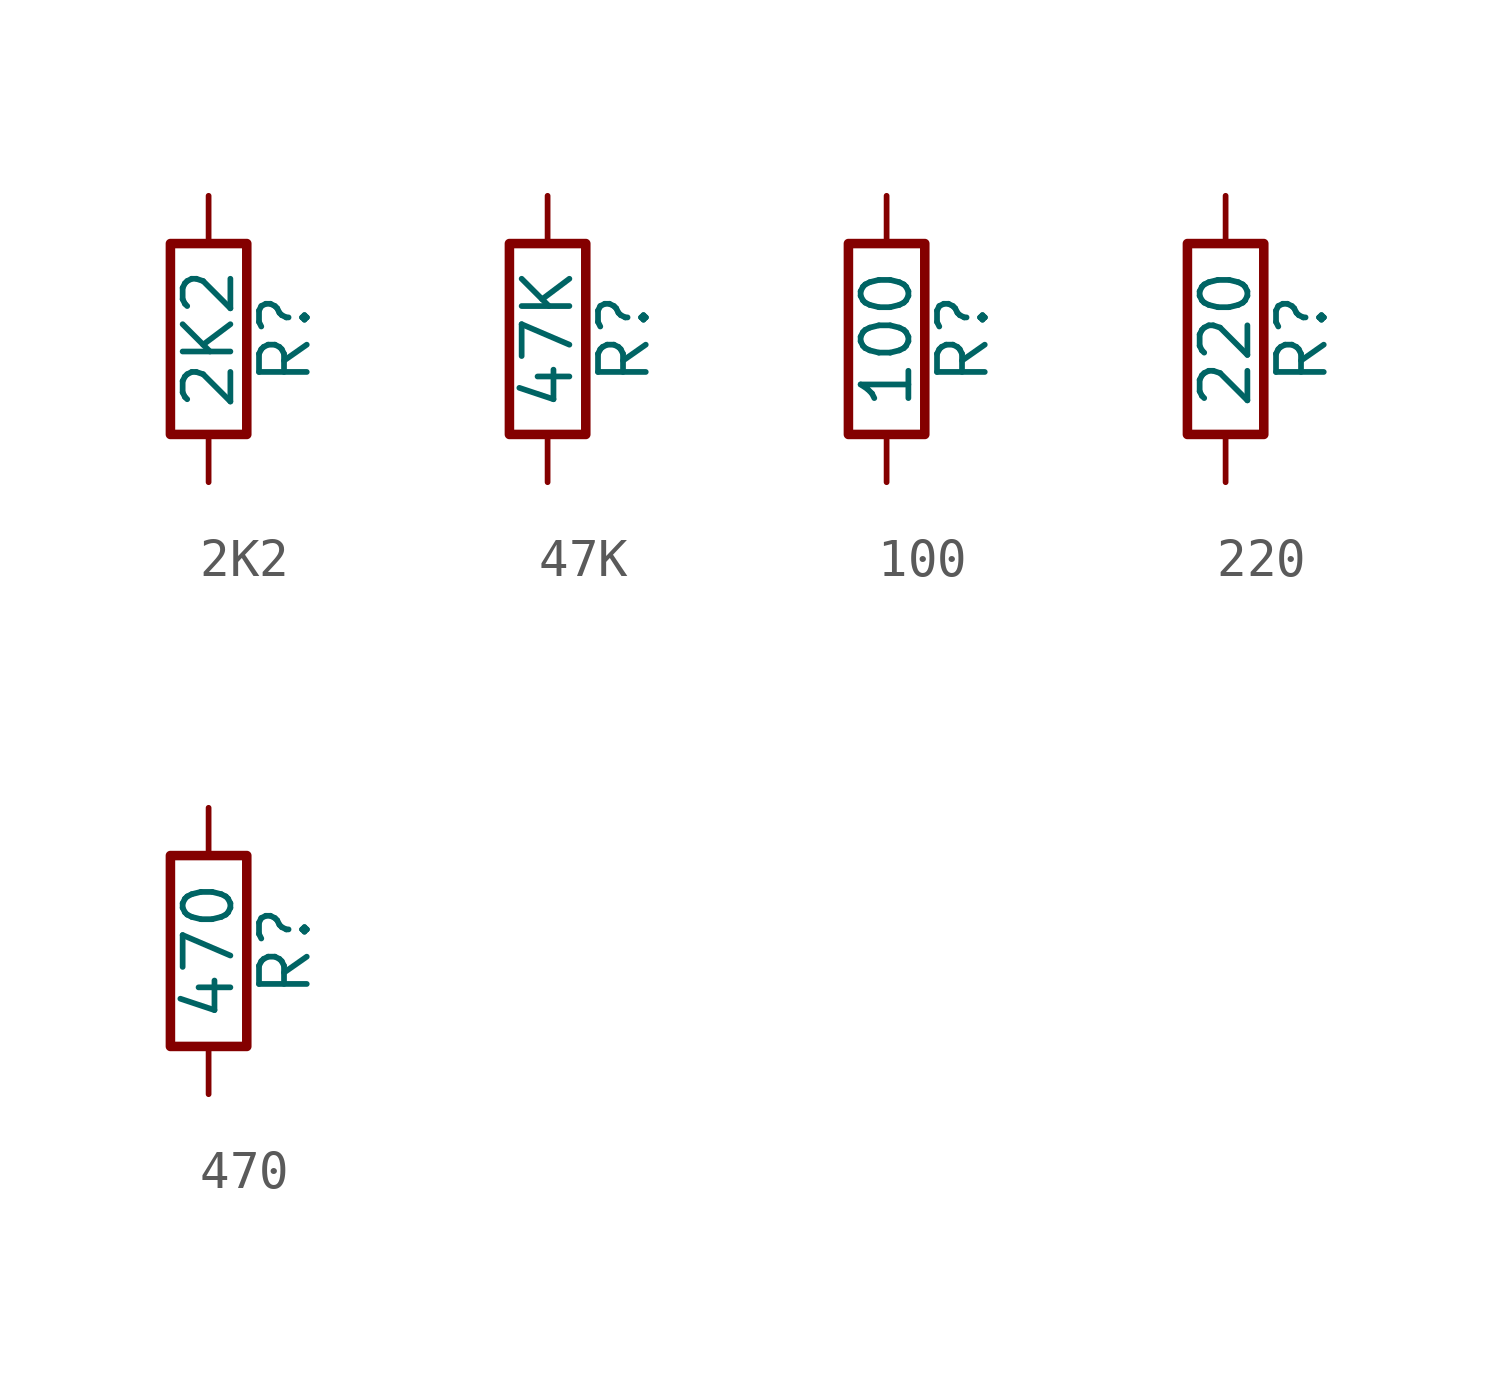
<source format=kicad_sym>
(kicad_symbol_lib
  (version 20220914)
  (generator kicad_db_lib)
  (symbol "2K2"
    (pin_numbers hide)
    (pin_names
      (offset 0))
    (property "Reference" "R"
      (at 2.032 0 90)
      (effects (font (size 1.27 1.27))))
    (property "Value" "2K2"
      (at 0 0 90)
      (effects (font (size 1.27 1.27))))
    (symbol "2K2_0_1"
      (rectangle (start -1.016 -2.54) (end 1.016 2.54) (stroke (width 0.254) (type default)) (fill (type none))))
    (symbol "2K2_1_1"
      (pin passive line (at 0 3.81 270) (length 1.27) (name "~" (effects (font (size 1.27 1.27)))) (number "1" (effects (font (size 1.27 1.27)))))
      (pin passive line (at 0 -3.81 90) (length 1.27) (name "~" (effects (font (size 1.27 1.27)))) (number "2" (effects (font (size 1.27 1.27)))))))
  (symbol "47K"
    (pin_numbers hide)
    (pin_names
      (offset 0))
    (property "Reference" "R"
      (at 2.032 0 90)
      (effects (font (size 1.27 1.27))))
    (property "Value" "47K"
      (at 0 0 90)
      (effects (font (size 1.27 1.27))))
    (symbol "47K_0_1"
      (rectangle (start -1.016 -2.54) (end 1.016 2.54) (stroke (width 0.254) (type default)) (fill (type none))))
    (symbol "47K_1_1"
      (pin passive line (at 0 3.81 270) (length 1.27) (name "~" (effects (font (size 1.27 1.27)))) (number "1" (effects (font (size 1.27 1.27)))))
      (pin passive line (at 0 -3.81 90) (length 1.27) (name "~" (effects (font (size 1.27 1.27)))) (number "2" (effects (font (size 1.27 1.27)))))))
  (symbol "100"
    (pin_numbers hide)
    (pin_names
      (offset 0))
    (property "Reference" "R"
      (at 2.032 0 90)
      (effects (font (size 1.27 1.27))))
    (property "Value" "100"
      (at 0 0 90)
      (effects (font (size 1.27 1.27))))
    (symbol "100_0_1"
      (rectangle (start -1.016 -2.54) (end 1.016 2.54) (stroke (width 0.254) (type default)) (fill (type none))))
    (symbol "100_1_1"
      (pin passive line (at 0 3.81 270) (length 1.27) (name "~" (effects (font (size 1.27 1.27)))) (number "1" (effects (font (size 1.27 1.27)))))
      (pin passive line (at 0 -3.81 90) (length 1.27) (name "~" (effects (font (size 1.27 1.27)))) (number "2" (effects (font (size 1.27 1.27)))))))
  (symbol "220"
    (pin_numbers hide)
    (pin_names
      (offset 0))
    (property "Reference" "R"
      (at 2.032 0 90)
      (effects (font (size 1.27 1.27))))
    (property "Value" "220"
      (at 0 0 90)
      (effects (font (size 1.27 1.27))))
    (symbol "220_0_1"
      (rectangle (start -1.016 -2.54) (end 1.016 2.54) (stroke (width 0.254) (type default)) (fill (type none))))
    (symbol "220_1_1"
      (pin passive line (at 0 3.81 270) (length 1.27) (name "~" (effects (font (size 1.27 1.27)))) (number "1" (effects (font (size 1.27 1.27)))))
      (pin passive line (at 0 -3.81 90) (length 1.27) (name "~" (effects (font (size 1.27 1.27)))) (number "2" (effects (font (size 1.27 1.27)))))))
  (symbol "470"
    (pin_numbers hide)
    (pin_names
      (offset 0))
    (property "Reference" "R"
      (at 2.032 0 90)
      (effects (font (size 1.27 1.27))))
    (property "Value" "470"
      (at 0 0 90)
      (effects (font (size 1.27 1.27))))
    (symbol "470_0_1"
      (rectangle (start -1.016 -2.54) (end 1.016 2.54) (stroke (width 0.254) (type default)) (fill (type none))))
    (symbol "470_1_1"
      (pin passive line (at 0 3.81 270) (length 1.27) (name "~" (effects (font (size 1.27 1.27)))) (number "1" (effects (font (size 1.27 1.27)))))
      (pin passive line (at 0 -3.81 90) (length 1.27) (name "~" (effects (font (size 1.27 1.27)))) (number "2" (effects (font (size 1.27 1.27))))))))
</source>
